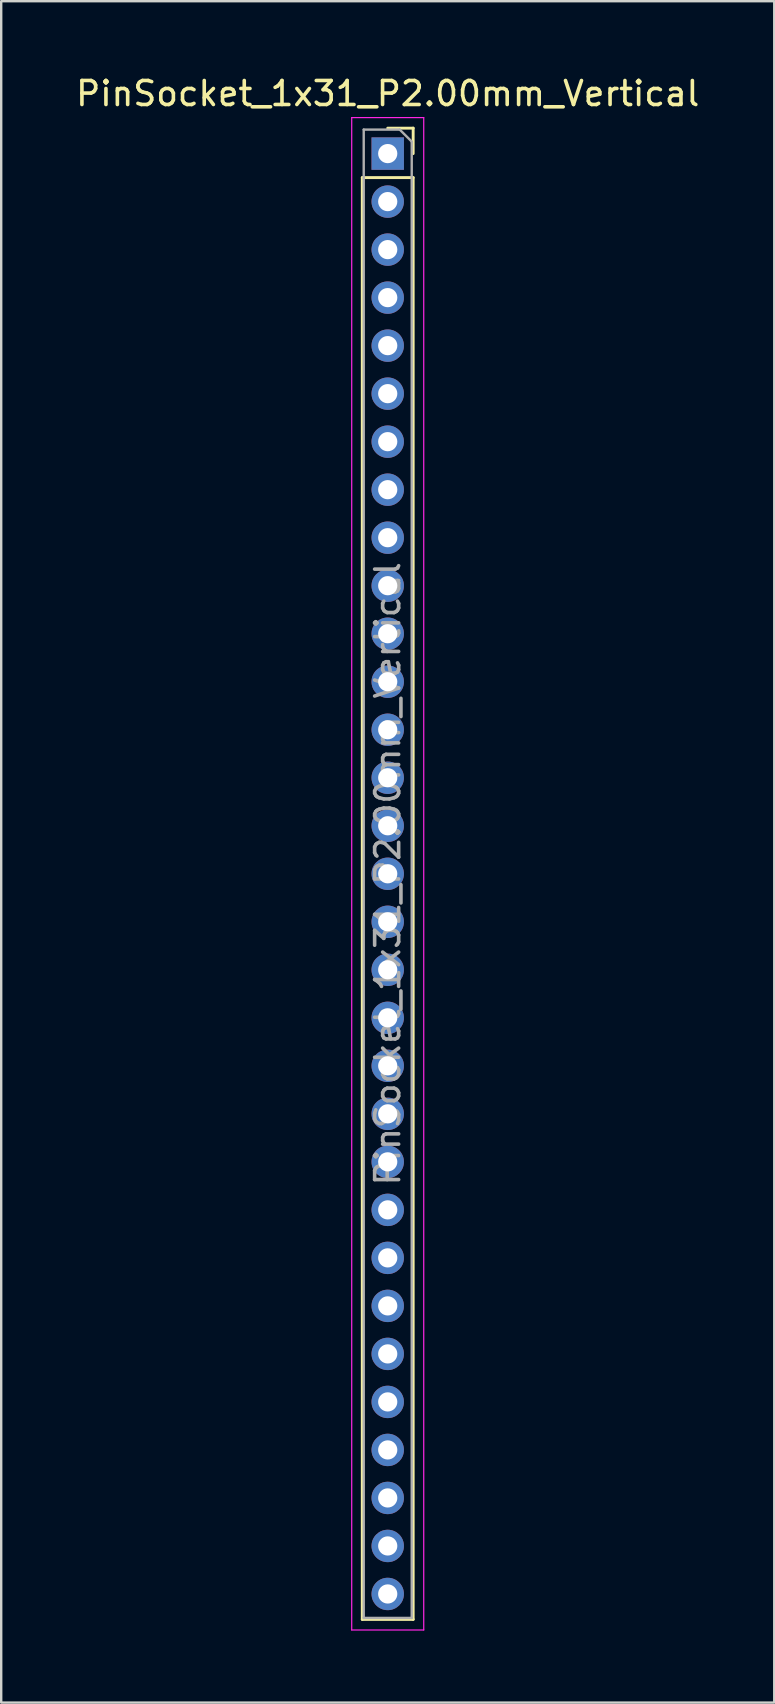
<source format=kicad_pcb>
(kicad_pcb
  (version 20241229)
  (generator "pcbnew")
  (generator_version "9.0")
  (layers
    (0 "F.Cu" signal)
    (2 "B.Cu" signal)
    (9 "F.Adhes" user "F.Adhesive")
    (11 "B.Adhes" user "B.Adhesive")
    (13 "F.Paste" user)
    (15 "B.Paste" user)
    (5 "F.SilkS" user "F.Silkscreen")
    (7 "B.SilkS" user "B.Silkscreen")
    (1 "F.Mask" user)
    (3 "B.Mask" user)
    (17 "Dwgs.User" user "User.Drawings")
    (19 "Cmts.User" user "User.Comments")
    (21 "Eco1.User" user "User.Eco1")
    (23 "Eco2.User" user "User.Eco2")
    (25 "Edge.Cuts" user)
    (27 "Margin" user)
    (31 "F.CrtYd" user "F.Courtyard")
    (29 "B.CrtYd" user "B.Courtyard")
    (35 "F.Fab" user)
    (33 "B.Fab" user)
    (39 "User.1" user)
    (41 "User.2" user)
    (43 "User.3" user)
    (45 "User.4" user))
  (footprint "PinSocket_1x31_P2.00mm_Vertical"
    (layer "F.Cu")
    (at 13.101 3.348)
    (property "Reference" "PinSocket_1x31_P2.00mm_Vertical" (at 0 -2.5 0) (layer "F.SilkS") (effects (font (size 1 1) (thickness 0.15))))
    (attr through_hole)
    (fp_line (start -1.06 1) (end -1.06 61.06) (stroke (width 0.12) (type solid)) (layer "F.SilkS"))
    (fp_line (start -1.06 1) (end 1.06 1) (stroke (width 0.12) (type solid)) (layer "F.SilkS"))
    (fp_line (start -1.06 61.06) (end 1.06 61.06) (stroke (width 0.12) (type solid)) (layer "F.SilkS"))
    (fp_line (start 0 -1.06) (end 1.06 -1.06) (stroke (width 0.12) (type solid)) (layer "F.SilkS"))
    (fp_line (start 1.06 -1.06) (end 1.06 0) (stroke (width 0.12) (type solid)) (layer "F.SilkS"))
    (fp_line (start 1.06 1) (end 1.06 61.06) (stroke (width 0.12) (type solid)) (layer "F.SilkS"))
    (fp_line (start -1.5 -1.5) (end 1.5 -1.5) (stroke (width 0.05) (type solid)) (layer "F.CrtYd"))
    (fp_line (start -1.5 61.5) (end -1.5 -1.5) (stroke (width 0.05) (type solid)) (layer "F.CrtYd"))
    (fp_line (start 1.5 -1.5) (end 1.5 61.5) (stroke (width 0.05) (type solid)) (layer "F.CrtYd"))
    (fp_line (start 1.5 61.5) (end -1.5 61.5) (stroke (width 0.05) (type solid)) (layer "F.CrtYd"))
    (fp_line (start -1 -1) (end 0.5 -1) (stroke (width 0.1) (type solid)) (layer "F.Fab"))
    (fp_line (start -1 61) (end -1 -1) (stroke (width 0.1) (type solid)) (layer "F.Fab"))
    (fp_line (start 0.5 -1) (end 1 -0.5) (stroke (width 0.1) (type solid)) (layer "F.Fab"))
    (fp_line (start 1 -0.5) (end 1 61) (stroke (width 0.1) (type solid)) (layer "F.Fab"))
    (fp_line (start 1 61) (end -1 61) (stroke (width 0.1) (type solid)) (layer "F.Fab"))
    (fp_text user "${REFERENCE}" (at 0 30 90) (layer "F.Fab") (effects (font (size 1 1) (thickness 0.15))))
    (pad "1" thru_hole rect (at 0 0) (size 1.35 1.35) (drill 0.8) (layers "*.Cu" "*.Mask"))
    (pad "2" thru_hole oval (at 0 2) (size 1.35 1.35) (drill 0.8) (layers "*.Cu" "*.Mask"))
    (pad "3" thru_hole oval (at 0 4) (size 1.35 1.35) (drill 0.8) (layers "*.Cu" "*.Mask"))
    (pad "4" thru_hole oval (at 0 6) (size 1.35 1.35) (drill 0.8) (layers "*.Cu" "*.Mask"))
    (pad "5" thru_hole oval (at 0 8) (size 1.35 1.35) (drill 0.8) (layers "*.Cu" "*.Mask"))
    (pad "6" thru_hole oval (at 0 10) (size 1.35 1.35) (drill 0.8) (layers "*.Cu" "*.Mask"))
    (pad "7" thru_hole oval (at 0 12) (size 1.35 1.35) (drill 0.8) (layers "*.Cu" "*.Mask"))
    (pad "8" thru_hole oval (at 0 14) (size 1.35 1.35) (drill 0.8) (layers "*.Cu" "*.Mask"))
    (pad "9" thru_hole oval (at 0 16) (size 1.35 1.35) (drill 0.8) (layers "*.Cu" "*.Mask"))
    (pad "10" thru_hole oval (at 0 18) (size 1.35 1.35) (drill 0.8) (layers "*.Cu" "*.Mask"))
    (pad "11" thru_hole oval (at 0 20) (size 1.35 1.35) (drill 0.8) (layers "*.Cu" "*.Mask"))
    (pad "12" thru_hole oval (at 0 22) (size 1.35 1.35) (drill 0.8) (layers "*.Cu" "*.Mask"))
    (pad "13" thru_hole oval (at 0 24) (size 1.35 1.35) (drill 0.8) (layers "*.Cu" "*.Mask"))
    (pad "14" thru_hole oval (at 0 26) (size 1.35 1.35) (drill 0.8) (layers "*.Cu" "*.Mask"))
    (pad "15" thru_hole oval (at 0 28) (size 1.35 1.35) (drill 0.8) (layers "*.Cu" "*.Mask"))
    (pad "16" thru_hole oval (at 0 30) (size 1.35 1.35) (drill 0.8) (layers "*.Cu" "*.Mask"))
    (pad "17" thru_hole oval (at 0 32) (size 1.35 1.35) (drill 0.8) (layers "*.Cu" "*.Mask"))
    (pad "18" thru_hole oval (at 0 34) (size 1.35 1.35) (drill 0.8) (layers "*.Cu" "*.Mask"))
    (pad "19" thru_hole oval (at 0 36) (size 1.35 1.35) (drill 0.8) (layers "*.Cu" "*.Mask"))
    (pad "20" thru_hole oval (at 0 38) (size 1.35 1.35) (drill 0.8) (layers "*.Cu" "*.Mask"))
    (pad "21" thru_hole oval (at 0 40) (size 1.35 1.35) (drill 0.8) (layers "*.Cu" "*.Mask"))
    (pad "22" thru_hole oval (at 0 42) (size 1.35 1.35) (drill 0.8) (layers "*.Cu" "*.Mask"))
    (pad "23" thru_hole oval (at 0 44) (size 1.35 1.35) (drill 0.8) (layers "*.Cu" "*.Mask"))
    (pad "24" thru_hole oval (at 0 46) (size 1.35 1.35) (drill 0.8) (layers "*.Cu" "*.Mask"))
    (pad "25" thru_hole oval (at 0 48) (size 1.35 1.35) (drill 0.8) (layers "*.Cu" "*.Mask"))
    (pad "26" thru_hole oval (at 0 50) (size 1.35 1.35) (drill 0.8) (layers "*.Cu" "*.Mask"))
    (pad "27" thru_hole oval (at 0 52) (size 1.35 1.35) (drill 0.8) (layers "*.Cu" "*.Mask"))
    (pad "28" thru_hole oval (at 0 54) (size 1.35 1.35) (drill 0.8) (layers "*.Cu" "*.Mask"))
    (pad "29" thru_hole oval (at 0 56) (size 1.35 1.35) (drill 0.8) (layers "*.Cu" "*.Mask"))
    (pad "30" thru_hole oval (at 0 58) (size 1.35 1.35) (drill 0.8) (layers "*.Cu" "*.Mask"))
    (pad "31" thru_hole oval (at 0 60) (size 1.35 1.35) (drill 0.8) (layers "*.Cu" "*.Mask")))
  (gr_rect
    (start -3 -3)
    (end 29.202 67.873)
    (stroke (width 0.1) (type default))
    (fill no)
    (layer "Edge.Cuts")))
</source>
